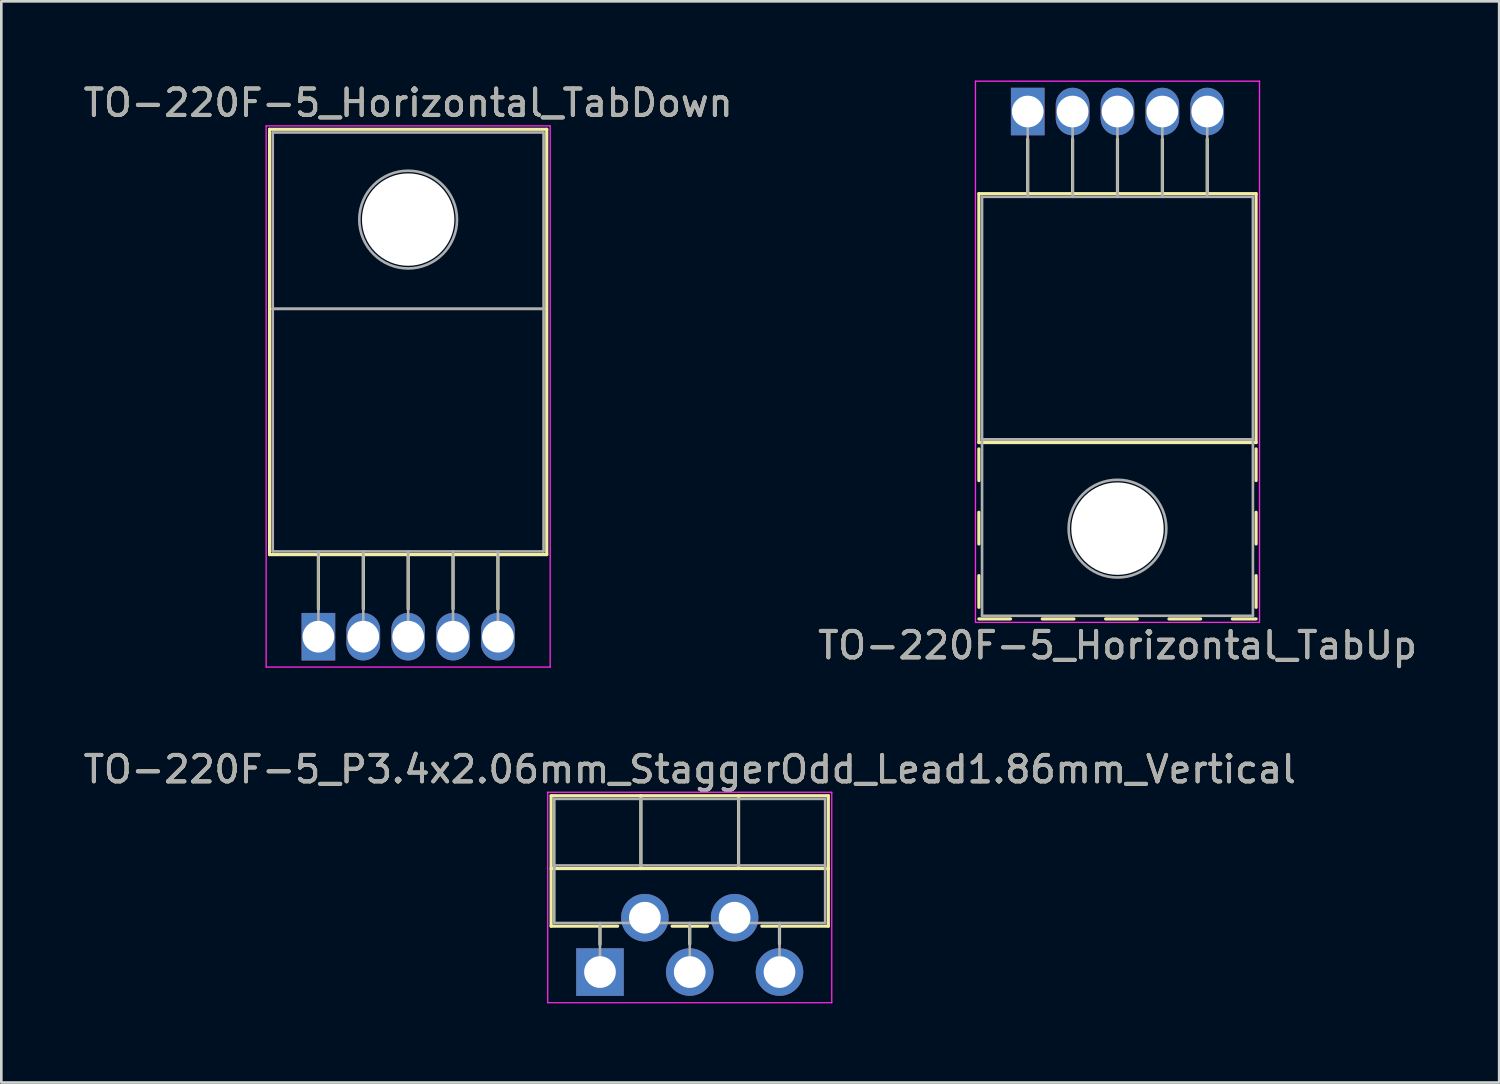
<source format=kicad_pcb>
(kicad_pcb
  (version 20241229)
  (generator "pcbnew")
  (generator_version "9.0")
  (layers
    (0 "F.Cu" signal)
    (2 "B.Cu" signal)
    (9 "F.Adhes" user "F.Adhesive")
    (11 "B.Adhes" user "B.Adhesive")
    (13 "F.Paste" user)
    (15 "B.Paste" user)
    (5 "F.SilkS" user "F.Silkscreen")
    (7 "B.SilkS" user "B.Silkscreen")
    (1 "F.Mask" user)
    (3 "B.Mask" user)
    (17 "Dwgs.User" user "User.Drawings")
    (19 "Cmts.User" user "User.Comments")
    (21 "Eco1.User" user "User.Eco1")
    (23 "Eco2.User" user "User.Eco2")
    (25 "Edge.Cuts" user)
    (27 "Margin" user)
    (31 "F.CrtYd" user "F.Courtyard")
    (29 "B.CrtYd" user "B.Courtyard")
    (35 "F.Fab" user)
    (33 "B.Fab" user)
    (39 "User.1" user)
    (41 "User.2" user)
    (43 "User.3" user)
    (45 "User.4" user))
  (footprint "TO-220F-5_P3.4x2.06mm_StaggerOdd_Lead1.86mm_Vertical"
    (layer "F.Cu")
    (at 19.677 33.772)
    (property "Reference" "TO-220F-5_P3.4x2.06mm_StaggerOdd_Lead1.86mm_Vertical" (at 3.4 -7.68 0) (layer "F.SilkS") (effects (font (size 1 1) (thickness 0.15))))
    (attr through_hole)
    (fp_line (start -1.85 -6.68) (end -1.85 -1.739) (stroke (width 0.12) (type solid)) (layer "F.SilkS"))
    (fp_line (start -1.85 -6.68) (end 8.65 -6.68) (stroke (width 0.12) (type solid)) (layer "F.SilkS"))
    (fp_line (start -1.85 -3.921) (end 8.65 -3.921) (stroke (width 0.12) (type solid)) (layer "F.SilkS"))
    (fp_line (start -1.85 -1.739) (end 0.669 -1.739) (stroke (width 0.12) (type solid)) (layer "F.SilkS"))
    (fp_line (start 0 -1.739) (end 0 -1.05) (stroke (width 0.12) (type solid)) (layer "F.SilkS"))
    (fp_line (start 1.55 -6.68) (end 1.55 -3.921) (stroke (width 0.12) (type solid)) (layer "F.SilkS"))
    (fp_line (start 2.732 -1.739) (end 4.069 -1.739) (stroke (width 0.12) (type solid)) (layer "F.SilkS"))
    (fp_line (start 3.4 -1.739) (end 3.4 -1.065) (stroke (width 0.12) (type solid)) (layer "F.SilkS"))
    (fp_line (start 5.25 -6.68) (end 5.25 -3.921) (stroke (width 0.12) (type solid)) (layer "F.SilkS"))
    (fp_line (start 6.132 -1.739) (end 8.65 -1.739) (stroke (width 0.12) (type solid)) (layer "F.SilkS"))
    (fp_line (start 6.8 -1.739) (end 6.8 -1.065) (stroke (width 0.12) (type solid)) (layer "F.SilkS"))
    (fp_line (start 8.65 -6.68) (end 8.65 -1.739) (stroke (width 0.12) (type solid)) (layer "F.SilkS"))
    (fp_line (start -1.98 -6.81) (end -1.98 1.16) (stroke (width 0.05) (type solid)) (layer "F.CrtYd"))
    (fp_line (start -1.98 1.16) (end 8.78 1.16) (stroke (width 0.05) (type solid)) (layer "F.CrtYd"))
    (fp_line (start 8.78 -6.81) (end -1.98 -6.81) (stroke (width 0.05) (type solid)) (layer "F.CrtYd"))
    (fp_line (start 8.78 1.16) (end 8.78 -6.81) (stroke (width 0.05) (type solid)) (layer "F.CrtYd"))
    (fp_line (start -1.73 -6.56) (end -1.73 -1.86) (stroke (width 0.1) (type solid)) (layer "F.Fab"))
    (fp_line (start -1.73 -4.04) (end 8.53 -4.04) (stroke (width 0.1) (type solid)) (layer "F.Fab"))
    (fp_line (start -1.73 -1.86) (end 8.53 -1.86) (stroke (width 0.1) (type solid)) (layer "F.Fab"))
    (fp_line (start 0 -1.86) (end 0 0) (stroke (width 0.1) (type solid)) (layer "F.Fab"))
    (fp_line (start 1.55 -6.56) (end 1.55 -4.04) (stroke (width 0.1) (type solid)) (layer "F.Fab"))
    (fp_line (start 3.4 -1.86) (end 3.4 0) (stroke (width 0.1) (type solid)) (layer "F.Fab"))
    (fp_line (start 5.25 -6.56) (end 5.25 -4.04) (stroke (width 0.1) (type solid)) (layer "F.Fab"))
    (fp_line (start 6.8 -1.86) (end 6.8 0) (stroke (width 0.1) (type solid)) (layer "F.Fab"))
    (fp_line (start 8.53 -6.56) (end -1.73 -6.56) (stroke (width 0.1) (type solid)) (layer "F.Fab"))
    (fp_line (start 8.53 -1.86) (end 8.53 -6.56) (stroke (width 0.1) (type solid)) (layer "F.Fab"))
    (fp_text user "${REFERENCE}" (at 3.4 -7.68 0) (layer "F.Fab") (effects (font (size 1 1) (thickness 0.15))))
    (pad "1" thru_hole rect (at 0 0) (size 1.8 1.8) (drill 1.2) (layers "*.Cu" "*.Mask"))
    (pad "2" thru_hole oval (at 1.7 -2.06) (size 1.8 1.8) (drill 1.2) (layers "*.Cu" "*.Mask"))
    (pad "3" thru_hole oval (at 3.4 0) (size 1.8 1.8) (drill 1.2) (layers "*.Cu" "*.Mask"))
    (pad "4" thru_hole oval (at 5.1 -2.06) (size 1.8 1.8) (drill 1.2) (layers "*.Cu" "*.Mask"))
    (pad "5" thru_hole oval (at 6.8 0) (size 1.8 1.8) (drill 1.2) (layers "*.Cu" "*.Mask")))
  (footprint "TO-220F-5_Horizontal_TabDown"
    (layer "F.Cu")
    (at 9.011 21.068)
    (property "Reference" "TO-220F-5_Horizontal_TabDown" (at 3.4 -20.22 0) (layer "F.SilkS") (effects (font (size 1 1) (thickness 0.15))))
    (attr through_hole)
    (fp_line (start -1.85 -19.22) (end -1.85 -3.11) (stroke (width 0.12) (type solid)) (layer "F.SilkS"))
    (fp_line (start -1.85 -19.22) (end 8.65 -19.22) (stroke (width 0.12) (type solid)) (layer "F.SilkS"))
    (fp_line (start -1.85 -3.11) (end 8.65 -3.11) (stroke (width 0.12) (type solid)) (layer "F.SilkS"))
    (fp_line (start 0 -3.11) (end 0 -1.05) (stroke (width 0.12) (type solid)) (layer "F.SilkS"))
    (fp_line (start 1.7 -3.11) (end 1.7 -1.05) (stroke (width 0.12) (type solid)) (layer "F.SilkS"))
    (fp_line (start 3.4 -3.11) (end 3.4 -1.05) (stroke (width 0.12) (type solid)) (layer "F.SilkS"))
    (fp_line (start 5.1 -3.11) (end 5.1 -1.05) (stroke (width 0.12) (type solid)) (layer "F.SilkS"))
    (fp_line (start 6.8 -3.11) (end 6.8 -1.05) (stroke (width 0.12) (type solid)) (layer "F.SilkS"))
    (fp_line (start 8.65 -19.22) (end 8.65 -3.11) (stroke (width 0.12) (type solid)) (layer "F.SilkS"))
    (fp_line (start -1.98 -19.35) (end -1.98 1.15) (stroke (width 0.05) (type solid)) (layer "F.CrtYd"))
    (fp_line (start -1.98 1.15) (end 8.78 1.15) (stroke (width 0.05) (type solid)) (layer "F.CrtYd"))
    (fp_line (start 8.78 -19.35) (end -1.98 -19.35) (stroke (width 0.05) (type solid)) (layer "F.CrtYd"))
    (fp_line (start 8.78 1.15) (end 8.78 -19.35) (stroke (width 0.05) (type solid)) (layer "F.CrtYd"))
    (fp_line (start -1.73 -19.1) (end 8.53 -19.1) (stroke (width 0.1) (type solid)) (layer "F.Fab"))
    (fp_line (start -1.73 -12.42) (end -1.73 -19.1) (stroke (width 0.1) (type solid)) (layer "F.Fab"))
    (fp_line (start -1.73 -12.42) (end 8.53 -12.42) (stroke (width 0.1) (type solid)) (layer "F.Fab"))
    (fp_line (start -1.73 -3.23) (end -1.73 -12.42) (stroke (width 0.1) (type solid)) (layer "F.Fab"))
    (fp_line (start 0 -3.23) (end 0 0) (stroke (width 0.1) (type solid)) (layer "F.Fab"))
    (fp_line (start 1.7 -3.23) (end 1.7 0) (stroke (width 0.1) (type solid)) (layer "F.Fab"))
    (fp_line (start 3.4 -3.23) (end 3.4 0) (stroke (width 0.1) (type solid)) (layer "F.Fab"))
    (fp_line (start 5.1 -3.23) (end 5.1 0) (stroke (width 0.1) (type solid)) (layer "F.Fab"))
    (fp_line (start 6.8 -3.23) (end 6.8 0) (stroke (width 0.1) (type solid)) (layer "F.Fab"))
    (fp_line (start 8.53 -19.1) (end 8.53 -12.42) (stroke (width 0.1) (type solid)) (layer "F.Fab"))
    (fp_line (start 8.53 -12.42) (end -1.73 -12.42) (stroke (width 0.1) (type solid)) (layer "F.Fab"))
    (fp_line (start 8.53 -12.42) (end 8.53 -3.23) (stroke (width 0.1) (type solid)) (layer "F.Fab"))
    (fp_line (start 8.53 -3.23) (end -1.73 -3.23) (stroke (width 0.1) (type solid)) (layer "F.Fab"))
    (fp_circle (center 3.4 -15.8) (end 5.25 -15.8) (stroke (width 0.1) (type solid)) (fill no) (layer "F.Fab"))
    (fp_text user "${REFERENCE}" (at 3.4 -20.22 0) (layer "F.Fab") (effects (font (size 1 1) (thickness 0.15))))
    (pad "" np_thru_hole oval (at 3.4 -15.8) (size 3.5 3.5) (drill 3.5) (layers "*.Cu" "*.Mask"))
    (pad "1" thru_hole rect (at 0 0) (size 1.275 1.8) (drill 1.2) (layers "*.Cu" "*.Mask"))
    (pad "2" thru_hole oval (at 1.7 0) (size 1.275 1.8) (drill 1.2) (layers "*.Cu" "*.Mask"))
    (pad "3" thru_hole oval (at 3.4 0) (size 1.275 1.8) (drill 1.2) (layers "*.Cu" "*.Mask"))
    (pad "4" thru_hole oval (at 5.1 0) (size 1.275 1.8) (drill 1.2) (layers "*.Cu" "*.Mask"))
    (pad "5" thru_hole oval (at 6.8 0) (size 1.275 1.8) (drill 1.2) (layers "*.Cu" "*.Mask")))
  (footprint "TO-220F-5_Horizontal_TabUp"
    (layer "F.Cu")
    (at 35.88 1.175)
    (property "Reference" "TO-220F-5_Horizontal_TabUp" (at 3.4 20.22 0) (layer "F.SilkS") (effects (font (size 1 1) (thickness 0.15))))
    (attr through_hole)
    (fp_line (start -1.85 3.11) (end -1.85 12.54) (stroke (width 0.12) (type solid)) (layer "F.SilkS"))
    (fp_line (start -1.85 3.11) (end 8.65 3.11) (stroke (width 0.12) (type solid)) (layer "F.SilkS"))
    (fp_line (start -1.85 12.54) (end 8.65 12.54) (stroke (width 0.12) (type solid)) (layer "F.SilkS"))
    (fp_line (start -1.85 12.78) (end -1.85 13.98) (stroke (width 0.12) (type solid)) (layer "F.SilkS"))
    (fp_line (start -1.85 15.18) (end -1.85 16.38) (stroke (width 0.12) (type solid)) (layer "F.SilkS"))
    (fp_line (start -1.85 17.58) (end -1.85 18.78) (stroke (width 0.12) (type solid)) (layer "F.SilkS"))
    (fp_line (start -1.85 19.22) (end -0.651 19.22) (stroke (width 0.12) (type solid)) (layer "F.SilkS"))
    (fp_line (start 0 1.05) (end 0 3.11) (stroke (width 0.12) (type solid)) (layer "F.SilkS"))
    (fp_line (start 0.55 19.22) (end 1.75 19.22) (stroke (width 0.12) (type solid)) (layer "F.SilkS"))
    (fp_line (start 1.7 1.05) (end 1.7 3.11) (stroke (width 0.12) (type solid)) (layer "F.SilkS"))
    (fp_line (start 2.95 19.22) (end 4.15 19.22) (stroke (width 0.12) (type solid)) (layer "F.SilkS"))
    (fp_line (start 3.4 1.05) (end 3.4 3.11) (stroke (width 0.12) (type solid)) (layer "F.SilkS"))
    (fp_line (start 5.1 1.05) (end 5.1 3.11) (stroke (width 0.12) (type solid)) (layer "F.SilkS"))
    (fp_line (start 5.35 19.22) (end 6.55 19.22) (stroke (width 0.12) (type solid)) (layer "F.SilkS"))
    (fp_line (start 6.8 1.05) (end 6.8 3.11) (stroke (width 0.12) (type solid)) (layer "F.SilkS"))
    (fp_line (start 7.75 19.22) (end 8.65 19.22) (stroke (width 0.12) (type solid)) (layer "F.SilkS"))
    (fp_line (start 8.65 3.11) (end 8.65 12.54) (stroke (width 0.12) (type solid)) (layer "F.SilkS"))
    (fp_line (start 8.65 12.78) (end 8.65 13.98) (stroke (width 0.12) (type solid)) (layer "F.SilkS"))
    (fp_line (start 8.65 15.18) (end 8.65 16.38) (stroke (width 0.12) (type solid)) (layer "F.SilkS"))
    (fp_line (start 8.65 17.58) (end 8.65 18.78) (stroke (width 0.12) (type solid)) (layer "F.SilkS"))
    (fp_line (start -1.98 -1.15) (end -1.98 19.35) (stroke (width 0.05) (type solid)) (layer "F.CrtYd"))
    (fp_line (start -1.98 19.35) (end 8.78 19.35) (stroke (width 0.05) (type solid)) (layer "F.CrtYd"))
    (fp_line (start 8.78 -1.15) (end -1.98 -1.15) (stroke (width 0.05) (type solid)) (layer "F.CrtYd"))
    (fp_line (start 8.78 19.35) (end 8.78 -1.15) (stroke (width 0.05) (type solid)) (layer "F.CrtYd"))
    (fp_line (start -1.73 3.23) (end -1.73 12.42) (stroke (width 0.1) (type solid)) (layer "F.Fab"))
    (fp_line (start -1.73 12.42) (end -1.73 19.1) (stroke (width 0.1) (type solid)) (layer "F.Fab"))
    (fp_line (start -1.73 12.42) (end 8.53 12.42) (stroke (width 0.1) (type solid)) (layer "F.Fab"))
    (fp_line (start -1.73 19.1) (end 8.53 19.1) (stroke (width 0.1) (type solid)) (layer "F.Fab"))
    (fp_line (start 0 3.23) (end 0 0) (stroke (width 0.1) (type solid)) (layer "F.Fab"))
    (fp_line (start 1.7 3.23) (end 1.7 0) (stroke (width 0.1) (type solid)) (layer "F.Fab"))
    (fp_line (start 3.4 3.23) (end 3.4 0) (stroke (width 0.1) (type solid)) (layer "F.Fab"))
    (fp_line (start 5.1 3.23) (end 5.1 0) (stroke (width 0.1) (type solid)) (layer "F.Fab"))
    (fp_line (start 6.8 3.23) (end 6.8 0) (stroke (width 0.1) (type solid)) (layer "F.Fab"))
    (fp_line (start 8.53 3.23) (end -1.73 3.23) (stroke (width 0.1) (type solid)) (layer "F.Fab"))
    (fp_line (start 8.53 12.42) (end -1.73 12.42) (stroke (width 0.1) (type solid)) (layer "F.Fab"))
    (fp_line (start 8.53 12.42) (end 8.53 3.23) (stroke (width 0.1) (type solid)) (layer "F.Fab"))
    (fp_line (start 8.53 19.1) (end 8.53 12.42) (stroke (width 0.1) (type solid)) (layer "F.Fab"))
    (fp_circle (center 3.4 15.8) (end 5.25 15.8) (stroke (width 0.1) (type solid)) (fill no) (layer "F.Fab"))
    (fp_text user "${REFERENCE}" (at 3.4 20.22 0) (layer "F.Fab") (effects (font (size 1 1) (thickness 0.15))))
    (pad "" np_thru_hole oval (at 3.4 15.8) (size 3.5 3.5) (drill 3.5) (layers "*.Cu" "*.Mask"))
    (pad "1" thru_hole rect (at 0 0) (size 1.275 1.8) (drill 1.2) (layers "*.Cu" "*.Mask"))
    (pad "2" thru_hole oval (at 1.7 0) (size 1.275 1.8) (drill 1.2) (layers "*.Cu" "*.Mask"))
    (pad "3" thru_hole oval (at 3.4 0) (size 1.275 1.8) (drill 1.2) (layers "*.Cu" "*.Mask"))
    (pad "4" thru_hole oval (at 5.1 0) (size 1.275 1.8) (drill 1.2) (layers "*.Cu" "*.Mask"))
    (pad "5" thru_hole oval (at 6.8 0) (size 1.275 1.8) (drill 1.2) (layers "*.Cu" "*.Mask")))
  (gr_rect
    (start -3 -3)
    (end 53.738 37.956)
    (stroke (width 0.1) (type default))
    (fill no)
    (layer "Edge.Cuts")))
</source>
